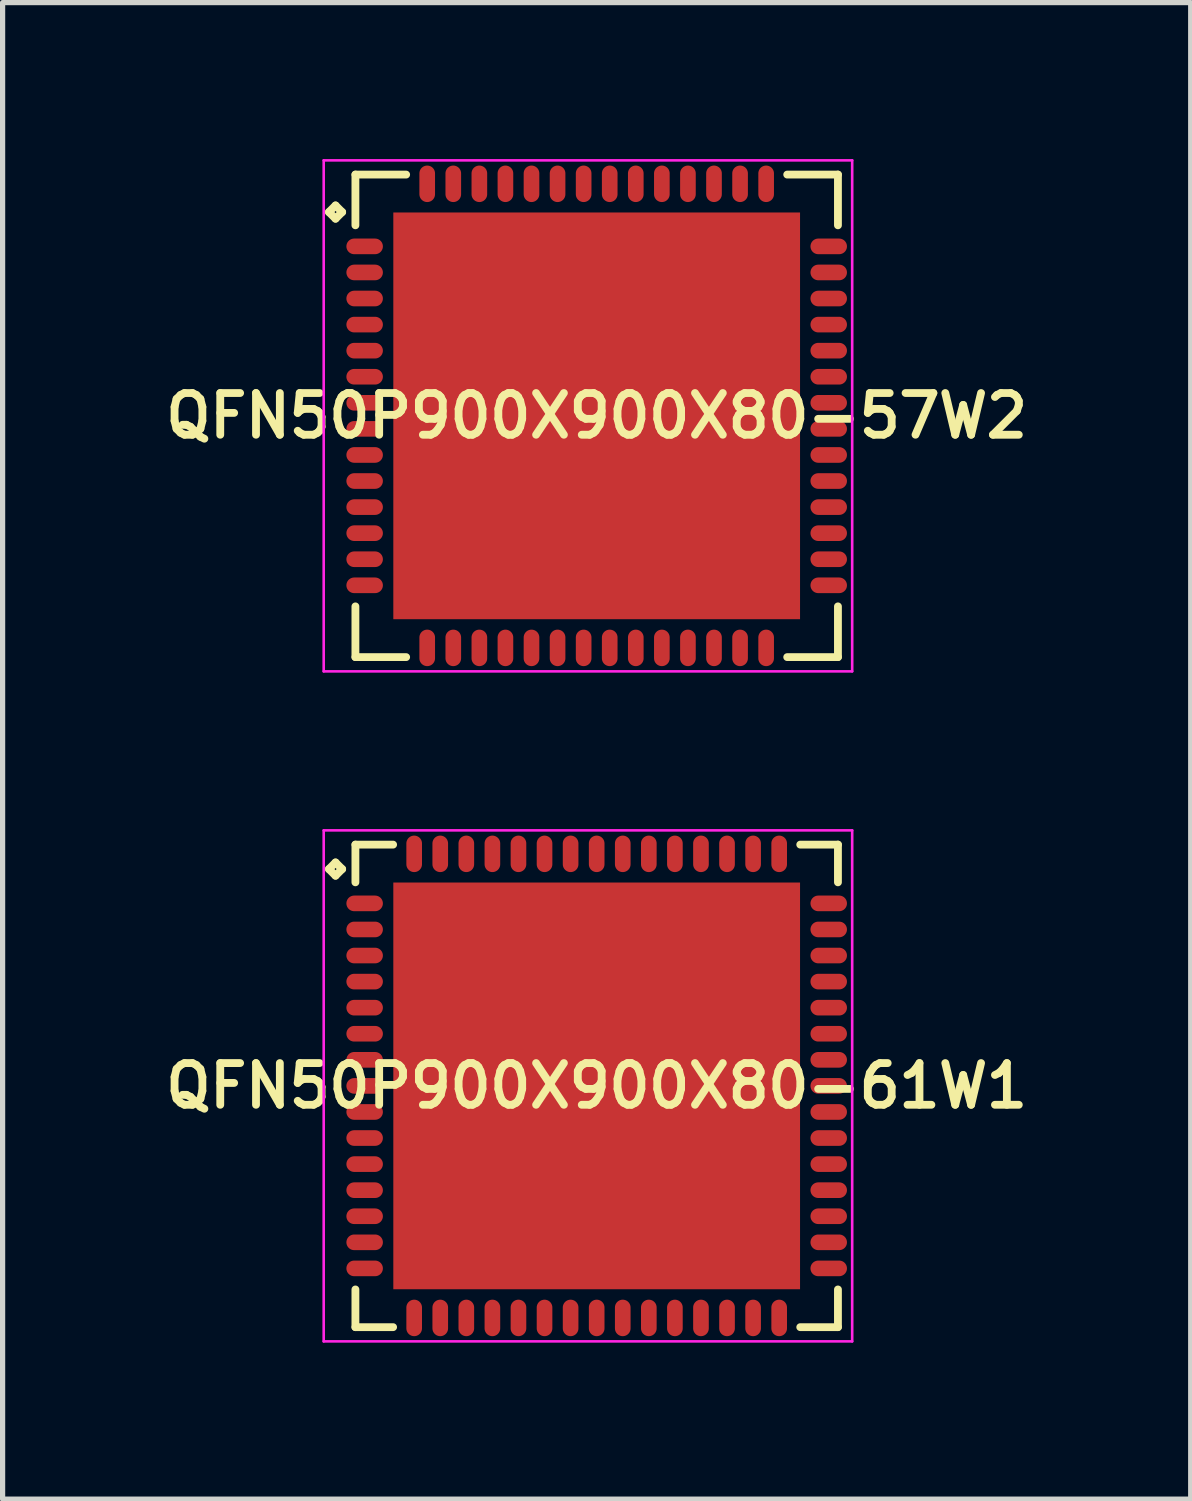
<source format=kicad_pcb>
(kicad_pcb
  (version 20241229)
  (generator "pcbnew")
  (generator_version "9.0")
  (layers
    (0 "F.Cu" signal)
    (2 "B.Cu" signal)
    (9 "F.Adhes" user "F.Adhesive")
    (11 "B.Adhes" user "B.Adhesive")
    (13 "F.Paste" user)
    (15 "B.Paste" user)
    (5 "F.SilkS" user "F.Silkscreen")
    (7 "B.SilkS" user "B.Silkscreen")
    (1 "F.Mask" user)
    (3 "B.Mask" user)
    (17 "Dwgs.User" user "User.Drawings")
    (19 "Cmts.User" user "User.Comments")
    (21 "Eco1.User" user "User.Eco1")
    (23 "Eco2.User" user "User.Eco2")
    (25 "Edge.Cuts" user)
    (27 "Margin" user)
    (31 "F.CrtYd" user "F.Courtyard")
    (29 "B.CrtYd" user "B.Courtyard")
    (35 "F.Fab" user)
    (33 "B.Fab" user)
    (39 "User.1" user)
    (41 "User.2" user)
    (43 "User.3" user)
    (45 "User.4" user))
  (footprint "QFN50P900X900X80-57W2"
    (layer "F.Cu")
    (at 8.393 4.925)
    (property "Reference" "QFN50P900X900X80-57W2" (at 0 0 0) (layer "F.SilkS") (effects (font (size 0.8 0.8) (thickness 0.15))))
    (attr smd)
    (fp_line (start -5.135 -3.908) (end -5.008 -4.035) (stroke (width 0.15) (type solid)) (layer "F.SilkS"))
    (fp_line (start -5.008 -4.035) (end -4.881 -3.908) (stroke (width 0.15) (type solid)) (layer "F.SilkS"))
    (fp_line (start -5.008 -3.781) (end -5.135 -3.908) (stroke (width 0.15) (type solid)) (layer "F.SilkS"))
    (fp_line (start -4.881 -3.908) (end -5.008 -3.781) (stroke (width 0.15) (type solid)) (layer "F.SilkS"))
    (fp_line (start -4.627 -4.627) (end -3.654 -4.627) (stroke (width 0.15) (type solid)) (layer "F.SilkS"))
    (fp_line (start -4.627 -3.654) (end -4.627 -4.627) (stroke (width 0.15) (type solid)) (layer "F.SilkS"))
    (fp_line (start -4.627 3.654) (end -4.627 4.627) (stroke (width 0.15) (type solid)) (layer "F.SilkS"))
    (fp_line (start -4.627 4.627) (end -3.654 4.627) (stroke (width 0.15) (type solid)) (layer "F.SilkS"))
    (fp_line (start 3.654 -4.627) (end 4.627 -4.627) (stroke (width 0.15) (type solid)) (layer "F.SilkS"))
    (fp_line (start 3.654 4.627) (end 4.627 4.627) (stroke (width 0.15) (type solid)) (layer "F.SilkS"))
    (fp_line (start 4.627 -4.627) (end 4.627 -3.654) (stroke (width 0.15) (type solid)) (layer "F.SilkS"))
    (fp_line (start 4.627 4.627) (end 4.627 3.654) (stroke (width 0.15) (type solid)) (layer "F.SilkS"))
    (fp_line (start -5.235 -4.9) (end 4.9 -4.9) (stroke (width 0.05) (type solid)) (layer "F.CrtYd"))
    (fp_line (start -5.235 4.9) (end -5.235 -4.9) (stroke (width 0.05) (type solid)) (layer "F.CrtYd"))
    (fp_line (start 4.9 -4.9) (end 4.9 4.9) (stroke (width 0.05) (type solid)) (layer "F.CrtYd"))
    (fp_line (start 4.9 4.9) (end -5.235 4.9) (stroke (width 0.05) (type solid)) (layer "F.CrtYd"))
    (pad "1" smd oval (at -4.45 -3.25) (size 0.7 0.3) (layers "F.Cu" "F.Mask" "F.Paste"))
    (pad "2" smd oval (at -4.45 -2.75) (size 0.7 0.3) (layers "F.Cu" "F.Mask" "F.Paste"))
    (pad "3" smd oval (at -4.45 -2.25) (size 0.7 0.3) (layers "F.Cu" "F.Mask" "F.Paste"))
    (pad "4" smd oval (at -4.45 -1.75) (size 0.7 0.3) (layers "F.Cu" "F.Mask" "F.Paste"))
    (pad "5" smd oval (at -4.45 -1.25) (size 0.7 0.3) (layers "F.Cu" "F.Mask" "F.Paste"))
    (pad "6" smd oval (at -4.45 -0.75) (size 0.7 0.3) (layers "F.Cu" "F.Mask" "F.Paste"))
    (pad "7" smd oval (at -4.45 -0.25) (size 0.7 0.3) (layers "F.Cu" "F.Mask" "F.Paste"))
    (pad "8" smd oval (at -4.45 0.25) (size 0.7 0.3) (layers "F.Cu" "F.Mask" "F.Paste"))
    (pad "9" smd oval (at -4.45 0.75) (size 0.7 0.3) (layers "F.Cu" "F.Mask" "F.Paste"))
    (pad "10" smd oval (at -4.45 1.25) (size 0.7 0.3) (layers "F.Cu" "F.Mask" "F.Paste"))
    (pad "11" smd oval (at -4.45 1.75) (size 0.7 0.3) (layers "F.Cu" "F.Mask" "F.Paste"))
    (pad "12" smd oval (at -4.45 2.25) (size 0.7 0.3) (layers "F.Cu" "F.Mask" "F.Paste"))
    (pad "13" smd oval (at -4.45 2.75) (size 0.7 0.3) (layers "F.Cu" "F.Mask" "F.Paste"))
    (pad "14" smd oval (at -4.45 3.25) (size 0.7 0.3) (layers "F.Cu" "F.Mask" "F.Paste"))
    (pad "15" smd oval (at -3.25 4.45) (size 0.3 0.7) (layers "F.Cu" "F.Mask" "F.Paste"))
    (pad "16" smd oval (at -2.75 4.45) (size 0.3 0.7) (layers "F.Cu" "F.Mask" "F.Paste"))
    (pad "17" smd oval (at -2.25 4.45) (size 0.3 0.7) (layers "F.Cu" "F.Mask" "F.Paste"))
    (pad "18" smd oval (at -1.75 4.45) (size 0.3 0.7) (layers "F.Cu" "F.Mask" "F.Paste"))
    (pad "19" smd oval (at -1.25 4.45) (size 0.3 0.7) (layers "F.Cu" "F.Mask" "F.Paste"))
    (pad "20" smd oval (at -0.75 4.45) (size 0.3 0.7) (layers "F.Cu" "F.Mask" "F.Paste"))
    (pad "21" smd oval (at -0.25 4.45) (size 0.3 0.7) (layers "F.Cu" "F.Mask" "F.Paste"))
    (pad "22" smd oval (at 0.25 4.45) (size 0.3 0.7) (layers "F.Cu" "F.Mask" "F.Paste"))
    (pad "23" smd oval (at 0.75 4.45) (size 0.3 0.7) (layers "F.Cu" "F.Mask" "F.Paste"))
    (pad "24" smd oval (at 1.25 4.45) (size 0.3 0.7) (layers "F.Cu" "F.Mask" "F.Paste"))
    (pad "25" smd oval (at 1.75 4.45) (size 0.3 0.7) (layers "F.Cu" "F.Mask" "F.Paste"))
    (pad "26" smd oval (at 2.25 4.45) (size 0.3 0.7) (layers "F.Cu" "F.Mask" "F.Paste"))
    (pad "27" smd oval (at 2.75 4.45) (size 0.3 0.7) (layers "F.Cu" "F.Mask" "F.Paste"))
    (pad "28" smd oval (at 3.25 4.45) (size 0.3 0.7) (layers "F.Cu" "F.Mask" "F.Paste"))
    (pad "29" smd oval (at 4.45 3.25) (size 0.7 0.3) (layers "F.Cu" "F.Mask" "F.Paste"))
    (pad "30" smd oval (at 4.45 2.75) (size 0.7 0.3) (layers "F.Cu" "F.Mask" "F.Paste"))
    (pad "31" smd oval (at 4.45 2.25) (size 0.7 0.3) (layers "F.Cu" "F.Mask" "F.Paste"))
    (pad "32" smd oval (at 4.45 1.75) (size 0.7 0.3) (layers "F.Cu" "F.Mask" "F.Paste"))
    (pad "33" smd oval (at 4.45 1.25) (size 0.7 0.3) (layers "F.Cu" "F.Mask" "F.Paste"))
    (pad "34" smd oval (at 4.45 0.75) (size 0.7 0.3) (layers "F.Cu" "F.Mask" "F.Paste"))
    (pad "35" smd oval (at 4.45 0.25) (size 0.7 0.3) (layers "F.Cu" "F.Mask" "F.Paste"))
    (pad "36" smd oval (at 4.45 -0.25) (size 0.7 0.3) (layers "F.Cu" "F.Mask" "F.Paste"))
    (pad "37" smd oval (at 4.45 -0.75) (size 0.7 0.3) (layers "F.Cu" "F.Mask" "F.Paste"))
    (pad "38" smd oval (at 4.45 -1.25) (size 0.7 0.3) (layers "F.Cu" "F.Mask" "F.Paste"))
    (pad "39" smd oval (at 4.45 -1.75) (size 0.7 0.3) (layers "F.Cu" "F.Mask" "F.Paste"))
    (pad "40" smd oval (at 4.45 -2.25) (size 0.7 0.3) (layers "F.Cu" "F.Mask" "F.Paste"))
    (pad "41" smd oval (at 4.45 -2.75) (size 0.7 0.3) (layers "F.Cu" "F.Mask" "F.Paste"))
    (pad "42" smd oval (at 4.45 -3.25) (size 0.7 0.3) (layers "F.Cu" "F.Mask" "F.Paste"))
    (pad "43" smd oval (at 3.25 -4.45) (size 0.3 0.7) (layers "F.Cu" "F.Mask" "F.Paste"))
    (pad "44" smd oval (at 2.75 -4.45) (size 0.3 0.7) (layers "F.Cu" "F.Mask" "F.Paste"))
    (pad "45" smd oval (at 2.25 -4.45) (size 0.3 0.7) (layers "F.Cu" "F.Mask" "F.Paste"))
    (pad "46" smd oval (at 1.75 -4.45) (size 0.3 0.7) (layers "F.Cu" "F.Mask" "F.Paste"))
    (pad "47" smd oval (at 1.25 -4.45) (size 0.3 0.7) (layers "F.Cu" "F.Mask" "F.Paste"))
    (pad "48" smd oval (at 0.75 -4.45) (size 0.3 0.7) (layers "F.Cu" "F.Mask" "F.Paste"))
    (pad "49" smd oval (at 0.25 -4.45) (size 0.3 0.7) (layers "F.Cu" "F.Mask" "F.Paste"))
    (pad "50" smd oval (at -0.25 -4.45) (size 0.3 0.7) (layers "F.Cu" "F.Mask" "F.Paste"))
    (pad "51" smd oval (at -0.75 -4.45) (size 0.3 0.7) (layers "F.Cu" "F.Mask" "F.Paste"))
    (pad "52" smd oval (at -1.25 -4.45) (size 0.3 0.7) (layers "F.Cu" "F.Mask" "F.Paste"))
    (pad "53" smd oval (at -1.75 -4.45) (size 0.3 0.7) (layers "F.Cu" "F.Mask" "F.Paste"))
    (pad "54" smd oval (at -2.25 -4.45) (size 0.3 0.7) (layers "F.Cu" "F.Mask" "F.Paste"))
    (pad "55" smd oval (at -2.75 -4.45) (size 0.3 0.7) (layers "F.Cu" "F.Mask" "F.Paste"))
    (pad "56" smd oval (at -3.25 -4.45) (size 0.3 0.7) (layers "F.Cu" "F.Mask" "F.Paste"))
    (pad "57" smd rect (at 0 0) (size 7.8 7.8) (layers "F.Cu" "F.Mask" "F.Paste")))
  (footprint "QFN50P900X900X80-61W1"
    (layer "F.Cu")
    (at 8.393 17.775)
    (property "Reference" "QFN50P900X900X80-61W1" (at 0 0 0) (layer "F.SilkS") (effects (font (size 0.8 0.8) (thickness 0.15))))
    (attr smd)
    (fp_line (start -5.135 -4.158) (end -5.008 -4.285) (stroke (width 0.15) (type solid)) (layer "F.SilkS"))
    (fp_line (start -5.008 -4.285) (end -4.881 -4.158) (stroke (width 0.15) (type solid)) (layer "F.SilkS"))
    (fp_line (start -5.008 -4.031) (end -5.135 -4.158) (stroke (width 0.15) (type solid)) (layer "F.SilkS"))
    (fp_line (start -4.881 -4.158) (end -5.008 -4.031) (stroke (width 0.15) (type solid)) (layer "F.SilkS"))
    (fp_line (start -4.627 -4.627) (end -3.904 -4.627) (stroke (width 0.15) (type solid)) (layer "F.SilkS"))
    (fp_line (start -4.627 -3.904) (end -4.627 -4.627) (stroke (width 0.15) (type solid)) (layer "F.SilkS"))
    (fp_line (start -4.627 3.904) (end -4.627 4.627) (stroke (width 0.15) (type solid)) (layer "F.SilkS"))
    (fp_line (start -4.627 4.627) (end -3.904 4.627) (stroke (width 0.15) (type solid)) (layer "F.SilkS"))
    (fp_line (start 3.904 -4.627) (end 4.627 -4.627) (stroke (width 0.15) (type solid)) (layer "F.SilkS"))
    (fp_line (start 3.904 4.627) (end 4.627 4.627) (stroke (width 0.15) (type solid)) (layer "F.SilkS"))
    (fp_line (start 4.627 -4.627) (end 4.627 -3.904) (stroke (width 0.15) (type solid)) (layer "F.SilkS"))
    (fp_line (start 4.627 4.627) (end 4.627 3.904) (stroke (width 0.15) (type solid)) (layer "F.SilkS"))
    (fp_line (start -5.235 -4.9) (end 4.9 -4.9) (stroke (width 0.05) (type solid)) (layer "F.CrtYd"))
    (fp_line (start -5.235 4.9) (end -5.235 -4.9) (stroke (width 0.05) (type solid)) (layer "F.CrtYd"))
    (fp_line (start 4.9 -4.9) (end 4.9 4.9) (stroke (width 0.05) (type solid)) (layer "F.CrtYd"))
    (fp_line (start 4.9 4.9) (end -5.235 4.9) (stroke (width 0.05) (type solid)) (layer "F.CrtYd"))
    (pad "1" smd oval (at -4.45 -3.5) (size 0.7 0.3) (layers "F.Cu" "F.Mask" "F.Paste"))
    (pad "2" smd oval (at -4.45 -3) (size 0.7 0.3) (layers "F.Cu" "F.Mask" "F.Paste"))
    (pad "3" smd oval (at -4.45 -2.5) (size 0.7 0.3) (layers "F.Cu" "F.Mask" "F.Paste"))
    (pad "4" smd oval (at -4.45 -2) (size 0.7 0.3) (layers "F.Cu" "F.Mask" "F.Paste"))
    (pad "5" smd oval (at -4.45 -1.5) (size 0.7 0.3) (layers "F.Cu" "F.Mask" "F.Paste"))
    (pad "6" smd oval (at -4.45 -1) (size 0.7 0.3) (layers "F.Cu" "F.Mask" "F.Paste"))
    (pad "7" smd oval (at -4.45 -0.5) (size 0.7 0.3) (layers "F.Cu" "F.Mask" "F.Paste"))
    (pad "8" smd oval (at -4.45 0) (size 0.7 0.3) (layers "F.Cu" "F.Mask" "F.Paste"))
    (pad "9" smd oval (at -4.45 0.5) (size 0.7 0.3) (layers "F.Cu" "F.Mask" "F.Paste"))
    (pad "10" smd oval (at -4.45 1) (size 0.7 0.3) (layers "F.Cu" "F.Mask" "F.Paste"))
    (pad "11" smd oval (at -4.45 1.5) (size 0.7 0.3) (layers "F.Cu" "F.Mask" "F.Paste"))
    (pad "12" smd oval (at -4.45 2) (size 0.7 0.3) (layers "F.Cu" "F.Mask" "F.Paste"))
    (pad "13" smd oval (at -4.45 2.5) (size 0.7 0.3) (layers "F.Cu" "F.Mask" "F.Paste"))
    (pad "14" smd oval (at -4.45 3) (size 0.7 0.3) (layers "F.Cu" "F.Mask" "F.Paste"))
    (pad "15" smd oval (at -4.45 3.5) (size 0.7 0.3) (layers "F.Cu" "F.Mask" "F.Paste"))
    (pad "16" smd oval (at -3.5 4.45) (size 0.3 0.7) (layers "F.Cu" "F.Mask" "F.Paste"))
    (pad "17" smd oval (at -3 4.45) (size 0.3 0.7) (layers "F.Cu" "F.Mask" "F.Paste"))
    (pad "18" smd oval (at -2.5 4.45) (size 0.3 0.7) (layers "F.Cu" "F.Mask" "F.Paste"))
    (pad "19" smd oval (at -2 4.45) (size 0.3 0.7) (layers "F.Cu" "F.Mask" "F.Paste"))
    (pad "20" smd oval (at -1.5 4.45) (size 0.3 0.7) (layers "F.Cu" "F.Mask" "F.Paste"))
    (pad "21" smd oval (at -1 4.45) (size 0.3 0.7) (layers "F.Cu" "F.Mask" "F.Paste"))
    (pad "22" smd oval (at -0.5 4.45) (size 0.3 0.7) (layers "F.Cu" "F.Mask" "F.Paste"))
    (pad "23" smd oval (at 0 4.45) (size 0.3 0.7) (layers "F.Cu" "F.Mask" "F.Paste"))
    (pad "24" smd oval (at 0.5 4.45) (size 0.3 0.7) (layers "F.Cu" "F.Mask" "F.Paste"))
    (pad "25" smd oval (at 1 4.45) (size 0.3 0.7) (layers "F.Cu" "F.Mask" "F.Paste"))
    (pad "26" smd oval (at 1.5 4.45) (size 0.3 0.7) (layers "F.Cu" "F.Mask" "F.Paste"))
    (pad "27" smd oval (at 2 4.45) (size 0.3 0.7) (layers "F.Cu" "F.Mask" "F.Paste"))
    (pad "28" smd oval (at 2.5 4.45) (size 0.3 0.7) (layers "F.Cu" "F.Mask" "F.Paste"))
    (pad "29" smd oval (at 3 4.45) (size 0.3 0.7) (layers "F.Cu" "F.Mask" "F.Paste"))
    (pad "30" smd oval (at 3.5 4.45) (size 0.3 0.7) (layers "F.Cu" "F.Mask" "F.Paste"))
    (pad "31" smd oval (at 4.45 3.5) (size 0.7 0.3) (layers "F.Cu" "F.Mask" "F.Paste"))
    (pad "32" smd oval (at 4.45 3) (size 0.7 0.3) (layers "F.Cu" "F.Mask" "F.Paste"))
    (pad "33" smd oval (at 4.45 2.5) (size 0.7 0.3) (layers "F.Cu" "F.Mask" "F.Paste"))
    (pad "34" smd oval (at 4.45 2) (size 0.7 0.3) (layers "F.Cu" "F.Mask" "F.Paste"))
    (pad "35" smd oval (at 4.45 1.5) (size 0.7 0.3) (layers "F.Cu" "F.Mask" "F.Paste"))
    (pad "36" smd oval (at 4.45 1) (size 0.7 0.3) (layers "F.Cu" "F.Mask" "F.Paste"))
    (pad "37" smd oval (at 4.45 0.5) (size 0.7 0.3) (layers "F.Cu" "F.Mask" "F.Paste"))
    (pad "38" smd oval (at 4.45 0) (size 0.7 0.3) (layers "F.Cu" "F.Mask" "F.Paste"))
    (pad "39" smd oval (at 4.45 -0.5) (size 0.7 0.3) (layers "F.Cu" "F.Mask" "F.Paste"))
    (pad "40" smd oval (at 4.45 -1) (size 0.7 0.3) (layers "F.Cu" "F.Mask" "F.Paste"))
    (pad "41" smd oval (at 4.45 -1.5) (size 0.7 0.3) (layers "F.Cu" "F.Mask" "F.Paste"))
    (pad "42" smd oval (at 4.45 -2) (size 0.7 0.3) (layers "F.Cu" "F.Mask" "F.Paste"))
    (pad "43" smd oval (at 4.45 -2.5) (size 0.7 0.3) (layers "F.Cu" "F.Mask" "F.Paste"))
    (pad "44" smd oval (at 4.45 -3) (size 0.7 0.3) (layers "F.Cu" "F.Mask" "F.Paste"))
    (pad "45" smd oval (at 4.45 -3.5) (size 0.7 0.3) (layers "F.Cu" "F.Mask" "F.Paste"))
    (pad "46" smd oval (at 3.5 -4.45) (size 0.3 0.7) (layers "F.Cu" "F.Mask" "F.Paste"))
    (pad "47" smd oval (at 3 -4.45) (size 0.3 0.7) (layers "F.Cu" "F.Mask" "F.Paste"))
    (pad "48" smd oval (at 2.5 -4.45) (size 0.3 0.7) (layers "F.Cu" "F.Mask" "F.Paste"))
    (pad "49" smd oval (at 2 -4.45) (size 0.3 0.7) (layers "F.Cu" "F.Mask" "F.Paste"))
    (pad "50" smd oval (at 1.5 -4.45) (size 0.3 0.7) (layers "F.Cu" "F.Mask" "F.Paste"))
    (pad "51" smd oval (at 1 -4.45) (size 0.3 0.7) (layers "F.Cu" "F.Mask" "F.Paste"))
    (pad "52" smd oval (at 0.5 -4.45) (size 0.3 0.7) (layers "F.Cu" "F.Mask" "F.Paste"))
    (pad "53" smd oval (at 0 -4.45) (size 0.3 0.7) (layers "F.Cu" "F.Mask" "F.Paste"))
    (pad "54" smd oval (at -0.5 -4.45) (size 0.3 0.7) (layers "F.Cu" "F.Mask" "F.Paste"))
    (pad "55" smd oval (at -1 -4.45) (size 0.3 0.7) (layers "F.Cu" "F.Mask" "F.Paste"))
    (pad "56" smd oval (at -1.5 -4.45) (size 0.3 0.7) (layers "F.Cu" "F.Mask" "F.Paste"))
    (pad "57" smd oval (at -2 -4.45) (size 0.3 0.7) (layers "F.Cu" "F.Mask" "F.Paste"))
    (pad "58" smd oval (at -2.5 -4.45) (size 0.3 0.7) (layers "F.Cu" "F.Mask" "F.Paste"))
    (pad "59" smd oval (at -3 -4.45) (size 0.3 0.7) (layers "F.Cu" "F.Mask" "F.Paste"))
    (pad "60" smd oval (at -3.5 -4.45) (size 0.3 0.7) (layers "F.Cu" "F.Mask" "F.Paste"))
    (pad "61" smd rect (at 0 0) (size 7.8 7.8) (layers "F.Cu" "F.Mask" "F.Paste")))
  (gr_rect
    (start -3 -3)
    (end 19.785 25.7)
    (stroke (width 0.1) (type default))
    (fill no)
    (layer "Edge.Cuts")))
</source>
